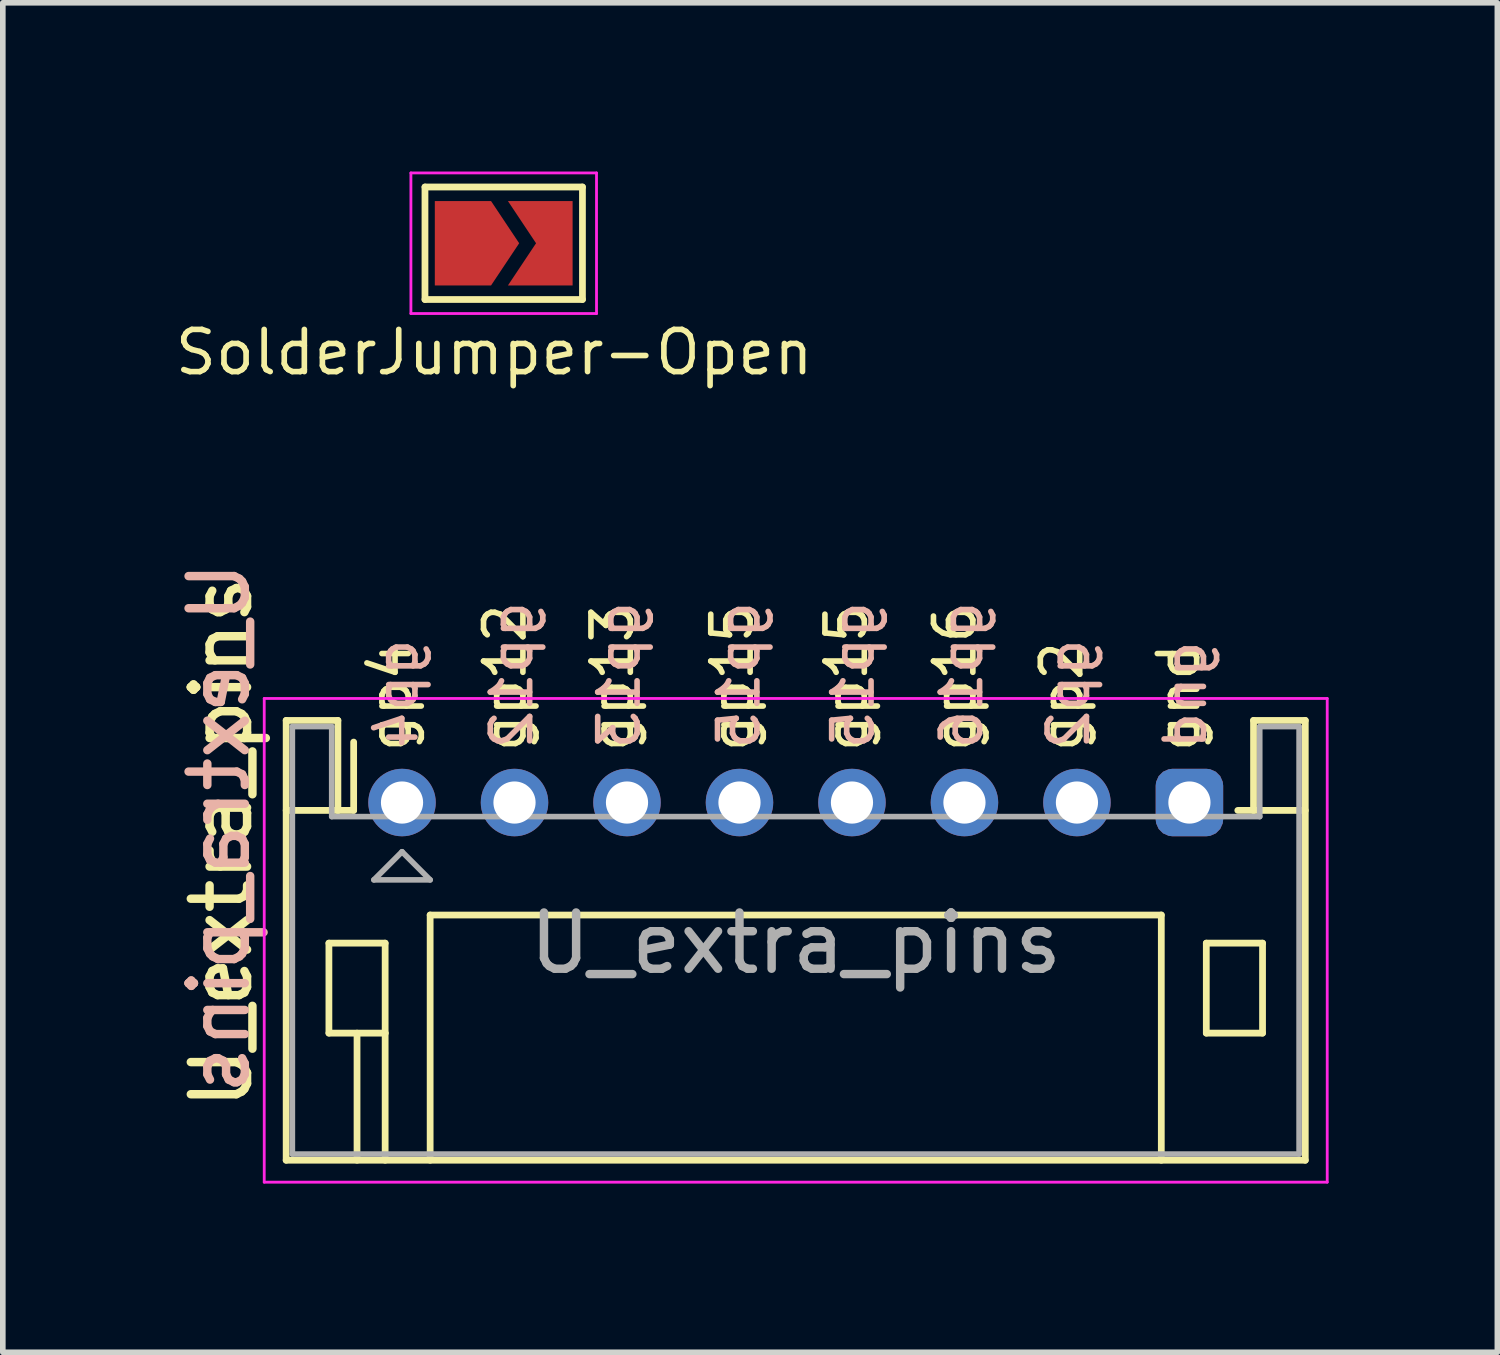
<source format=kicad_pcb>
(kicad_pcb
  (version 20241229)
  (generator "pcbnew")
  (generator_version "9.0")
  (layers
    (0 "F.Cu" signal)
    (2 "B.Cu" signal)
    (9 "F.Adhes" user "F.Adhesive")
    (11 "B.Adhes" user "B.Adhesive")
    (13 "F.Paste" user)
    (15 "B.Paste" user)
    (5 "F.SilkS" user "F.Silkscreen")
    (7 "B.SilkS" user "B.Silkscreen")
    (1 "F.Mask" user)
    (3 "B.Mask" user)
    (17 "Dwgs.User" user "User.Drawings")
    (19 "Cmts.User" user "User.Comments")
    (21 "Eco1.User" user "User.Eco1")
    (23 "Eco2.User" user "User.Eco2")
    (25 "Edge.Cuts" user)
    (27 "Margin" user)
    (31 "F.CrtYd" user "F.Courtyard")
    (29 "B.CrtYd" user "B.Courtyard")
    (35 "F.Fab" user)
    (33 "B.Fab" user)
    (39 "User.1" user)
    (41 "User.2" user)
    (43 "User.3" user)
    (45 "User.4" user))
  (footprint "U_extra_pins"
    (layer "F.Cu")
    (at 4.098 11.219)
    (property "Reference" "U_extra_pins" (at -3.25 0.45 90) (layer "B.SilkS") (effects (font (size 1 1) (thickness 0.15)) (justify mirror)))
    (attr through_hole)
    (fp_line (start -2.06 -1.46) (end -2.06 6.36) (stroke (width 0.12) (type solid)) (layer "F.SilkS"))
    (fp_line (start -2.06 0.14) (end -1.14 0.14) (stroke (width 0.12) (type solid)) (layer "F.SilkS"))
    (fp_line (start -2.06 6.36) (end 16.06 6.36) (stroke (width 0.12) (type solid)) (layer "F.SilkS"))
    (fp_line (start -1.3 2.5) (end -1.3 4.1) (stroke (width 0.12) (type solid)) (layer "F.SilkS"))
    (fp_line (start -1.3 4.1) (end -0.3 4.1) (stroke (width 0.12) (type solid)) (layer "F.SilkS"))
    (fp_line (start -1.14 -1.46) (end -2.06 -1.46) (stroke (width 0.12) (type solid)) (layer "F.SilkS"))
    (fp_line (start -1.14 0.14) (end -1.14 -1.46) (stroke (width 0.12) (type solid)) (layer "F.SilkS"))
    (fp_line (start -0.86 0.14) (end -1.14 0.14) (stroke (width 0.12) (type solid)) (layer "F.SilkS"))
    (fp_line (start -0.86 0.14) (end -0.86 -1.075) (stroke (width 0.12) (type solid)) (layer "F.SilkS"))
    (fp_line (start -0.8 4.1) (end -0.8 6.36) (stroke (width 0.12) (type solid)) (layer "F.SilkS"))
    (fp_line (start -0.3 2.5) (end -1.3 2.5) (stroke (width 0.12) (type solid)) (layer "F.SilkS"))
    (fp_line (start -0.3 4.1) (end -0.3 2.5) (stroke (width 0.12) (type solid)) (layer "F.SilkS"))
    (fp_line (start -0.3 4.1) (end -0.3 6.36) (stroke (width 0.12) (type solid)) (layer "F.SilkS"))
    (fp_line (start 0.5 2) (end 13.5 2) (stroke (width 0.12) (type solid)) (layer "F.SilkS"))
    (fp_line (start 0.5 6.36) (end 0.5 2) (stroke (width 0.12) (type solid)) (layer "F.SilkS"))
    (fp_line (start 13.5 2) (end 13.5 6.36) (stroke (width 0.12) (type solid)) (layer "F.SilkS"))
    (fp_line (start 14.3 2.5) (end 15.3 2.5) (stroke (width 0.12) (type solid)) (layer "F.SilkS"))
    (fp_line (start 14.3 4.1) (end 14.3 2.5) (stroke (width 0.12) (type solid)) (layer "F.SilkS"))
    (fp_line (start 15.14 -1.46) (end 15.14 0.14) (stroke (width 0.12) (type solid)) (layer "F.SilkS"))
    (fp_line (start 15.14 0.14) (end 14.86 0.14) (stroke (width 0.12) (type solid)) (layer "F.SilkS"))
    (fp_line (start 15.3 2.5) (end 15.3 4.1) (stroke (width 0.12) (type solid)) (layer "F.SilkS"))
    (fp_line (start 15.3 4.1) (end 14.3 4.1) (stroke (width 0.12) (type solid)) (layer "F.SilkS"))
    (fp_line (start 16.06 -1.46) (end 15.14 -1.46) (stroke (width 0.12) (type solid)) (layer "F.SilkS"))
    (fp_line (start 16.06 0.14) (end 15.14 0.14) (stroke (width 0.12) (type solid)) (layer "F.SilkS"))
    (fp_line (start 16.06 6.36) (end 16.06 -1.46) (stroke (width 0.12) (type solid)) (layer "F.SilkS"))
    (fp_line (start -2.45 -1.85) (end -2.45 6.75) (stroke (width 0.05) (type solid)) (layer "F.CrtYd"))
    (fp_line (start -2.45 6.75) (end 16.45 6.75) (stroke (width 0.05) (type solid)) (layer "F.CrtYd"))
    (fp_line (start 16.45 -1.85) (end -2.45 -1.85) (stroke (width 0.05) (type solid)) (layer "F.CrtYd"))
    (fp_line (start 16.45 6.75) (end 16.45 -1.85) (stroke (width 0.05) (type solid)) (layer "F.CrtYd"))
    (fp_line (start -1.95 -1.35) (end -1.95 6.25) (stroke (width 0.1) (type solid)) (layer "F.Fab"))
    (fp_line (start -1.95 6.25) (end 15.95 6.25) (stroke (width 0.1) (type solid)) (layer "F.Fab"))
    (fp_line (start -1.25 -1.35) (end -1.95 -1.35) (stroke (width 0.1) (type solid)) (layer "F.Fab"))
    (fp_line (start -1.25 0.25) (end -1.25 -1.35) (stroke (width 0.1) (type solid)) (layer "F.Fab"))
    (fp_line (start -0.5 1.375) (end 0.5 1.375) (stroke (width 0.1) (type solid)) (layer "F.Fab"))
    (fp_line (start 0 0.875) (end -0.5 1.375) (stroke (width 0.1) (type solid)) (layer "F.Fab"))
    (fp_line (start 0.5 1.375) (end 0 0.875) (stroke (width 0.1) (type solid)) (layer "F.Fab"))
    (fp_line (start 15.25 -1.35) (end 15.25 0.25) (stroke (width 0.1) (type solid)) (layer "F.Fab"))
    (fp_line (start 15.25 0.25) (end -1.25 0.25) (stroke (width 0.1) (type solid)) (layer "F.Fab"))
    (fp_line (start 15.95 -1.35) (end 15.25 -1.35) (stroke (width 0.1) (type solid)) (layer "F.Fab"))
    (fp_line (start 15.95 6.25) (end 15.95 -1.35) (stroke (width 0.1) (type solid)) (layer "F.Fab"))
    (fp_text user "gp16" (at 10.24 -0.85 90) (unlocked yes) (layer "F.SilkS") (effects (font (size 0.7 0.7) (thickness 0.1)) (justify left bottom)))
    (fp_text user "${REFERENCE}" (at -3.21 0.71 90) (layer "F.SilkS") (effects (font (size 1 1) (thickness 0.15))))
    (fp_text user "gp2" (at 12.14 -0.85 90) (unlocked yes) (layer "F.SilkS") (effects (font (size 0.7 0.7) (thickness 0.1)) (justify left bottom)))
    (fp_text user "gp12" (at 2.24 -0.85 90) (unlocked yes) (layer "F.SilkS") (effects (font (size 0.7 0.7) (thickness 0.1)) (justify left bottom)))
    (fp_text user "gnd" (at 14.22 -0.85 90) (unlocked yes) (layer "F.SilkS") (effects (font (size 0.7 0.7) (thickness 0.1)) (justify left bottom)))
    (fp_text user "gp4" (at 0.2 -0.85 90) (unlocked yes) (layer "F.SilkS") (effects (font (size 0.7 0.7) (thickness 0.1)) (justify left bottom)))
    (fp_text user "gp15" (at 8.31 -0.85 90) (unlocked yes) (layer "F.SilkS") (effects (font (size 0.7 0.7) (thickness 0.1)) (justify left bottom)))
    (fp_text user "gp13" (at 4.15 -0.85 90) (unlocked yes) (layer "F.SilkS") (effects (font (size 0.7 0.7) (thickness 0.1)) (justify left bottom)))
    (fp_text user "gp15" (at 6.28 -0.85 90) (unlocked yes) (layer "F.SilkS") (effects (font (size 0.7 0.7) (thickness 0.1)) (justify left bottom)))
    (fp_text user "gp2" (at 12.26 -2.963 90) (unlocked yes) (layer "B.SilkS") (effects (font (size 0.7 0.7) (thickness 0.1)) (justify left bottom mirror)))
    (fp_text user "gnd" (at 14.34 -2.93 90) (unlocked yes) (layer "B.SilkS") (effects (font (size 0.7 0.7) (thickness 0.1)) (justify left bottom mirror)))
    (fp_text user "gp15" (at 6.4 -3.63 90) (unlocked yes) (layer "B.SilkS") (effects (font (size 0.7 0.7) (thickness 0.1)) (justify left bottom mirror)))
    (fp_text user "gp4" (at 0.32 -2.963 90) (unlocked yes) (layer "B.SilkS") (effects (font (size 0.7 0.7) (thickness 0.1)) (justify left bottom mirror)))
    (fp_text user "gp16" (at 10.36 -3.63 90) (unlocked yes) (layer "B.SilkS") (effects (font (size 0.7 0.7) (thickness 0.1)) (justify left bottom mirror)))
    (fp_text user "gp15" (at 8.43 -3.63 90) (unlocked yes) (layer "B.SilkS") (effects (font (size 0.7 0.7) (thickness 0.1)) (justify left bottom mirror)))
    (fp_text user "gp12" (at 2.36 -3.63 90) (unlocked yes) (layer "B.SilkS") (effects (font (size 0.7 0.7) (thickness 0.1)) (justify left bottom mirror)))
    (fp_text user "gp13" (at 4.27 -3.63 90) (unlocked yes) (layer "B.SilkS") (effects (font (size 0.7 0.7) (thickness 0.1)) (justify left bottom mirror)))
    (fp_text user "${REFERENCE}" (at 7 2.5 0) (layer "F.Fab") (effects (font (size 1 1) (thickness 0.15))))
    (pad "1" thru_hole circle (at 0 0) (size 1.2 1.2) (drill 0.75) (layers "*.Cu" "*.Mask"))
    (pad "2" thru_hole circle (at 2 0) (size 1.2 1.2) (drill 0.75) (layers "*.Cu" "*.Mask"))
    (pad "3" thru_hole circle (at 4 0) (size 1.2 1.2) (drill 0.75) (layers "*.Cu" "*.Mask"))
    (pad "4" thru_hole circle (at 6 0) (size 1.2 1.2) (drill 0.75) (layers "*.Cu" "*.Mask"))
    (pad "5" thru_hole circle (at 8 0) (size 1.2 1.2) (drill 0.75) (layers "*.Cu" "*.Mask"))
    (pad "6" thru_hole circle (at 10 0) (size 1.2 1.2) (drill 0.75) (layers "*.Cu" "*.Mask"))
    (pad "7" thru_hole circle (at 12 0) (size 1.2 1.2) (drill 0.75) (layers "*.Cu" "*.Mask"))
    (pad "8" thru_hole roundrect (at 14 0) (size 1.2 1.2) (drill 0.75) (layers "*.Cu" "*.Mask") (roundrect_rratio 0.25)))
  (footprint "SolderJumper-Open"
    (layer "F.Cu")
    (at 5.906 1.275)
    (property "Reference" "SolderJumper-Open" (at -0.17 1.94 180) (layer "F.SilkS") (effects (font (size 0.75 0.75) (thickness 0.1))))
    (attr exclude_from_pos_files)
    (fp_line (start -1.4 -1) (end 1.4 -1) (stroke (width 0.12) (type solid)) (layer "F.SilkS"))
    (fp_line (start -1.4 1) (end -1.4 -1) (stroke (width 0.12) (type solid)) (layer "F.SilkS"))
    (fp_line (start 1.4 -1) (end 1.4 1) (stroke (width 0.12) (type solid)) (layer "F.SilkS"))
    (fp_line (start 1.4 1) (end -1.4 1) (stroke (width 0.12) (type solid)) (layer "F.SilkS"))
    (fp_line (start -1.65 -1.25) (end -1.65 1.25) (stroke (width 0.05) (type solid)) (layer "F.CrtYd"))
    (fp_line (start -1.65 -1.25) (end 1.65 -1.25) (stroke (width 0.05) (type solid)) (layer "F.CrtYd"))
    (fp_line (start 1.65 1.25) (end -1.65 1.25) (stroke (width 0.05) (type solid)) (layer "F.CrtYd"))
    (fp_line (start 1.65 1.25) (end 1.65 -1.25) (stroke (width 0.05) (type solid)) (layer "F.CrtYd"))
    (pad "1" smd custom (at -0.725 0) (size 0.3 0.3) (layers "F.Cu" "F.Mask") (options (anchor rect)) (primitives (gr_poly (pts (xy 1 0) (xy 0.5 0.75) (xy -0.5 0.75) (xy -0.5 -0.75) (xy 0.5 -0.75)) (width 0) (fill yes))))
    (pad "2" smd custom (at 0.725 0) (size 0.3 0.3) (layers "F.Cu" "F.Mask") (options (anchor rect)) (primitives (gr_poly (pts (xy 0.5 0.75) (xy -0.65 0.75) (xy -0.15 0) (xy -0.65 -0.75) (xy 0.5 -0.75)) (width 0) (fill yes)))))
  (gr_rect
    (start -3 -3)
    (end 23.573 20.994)
    (stroke (width 0.1) (type default))
    (fill no)
    (layer "Edge.Cuts")))
</source>
